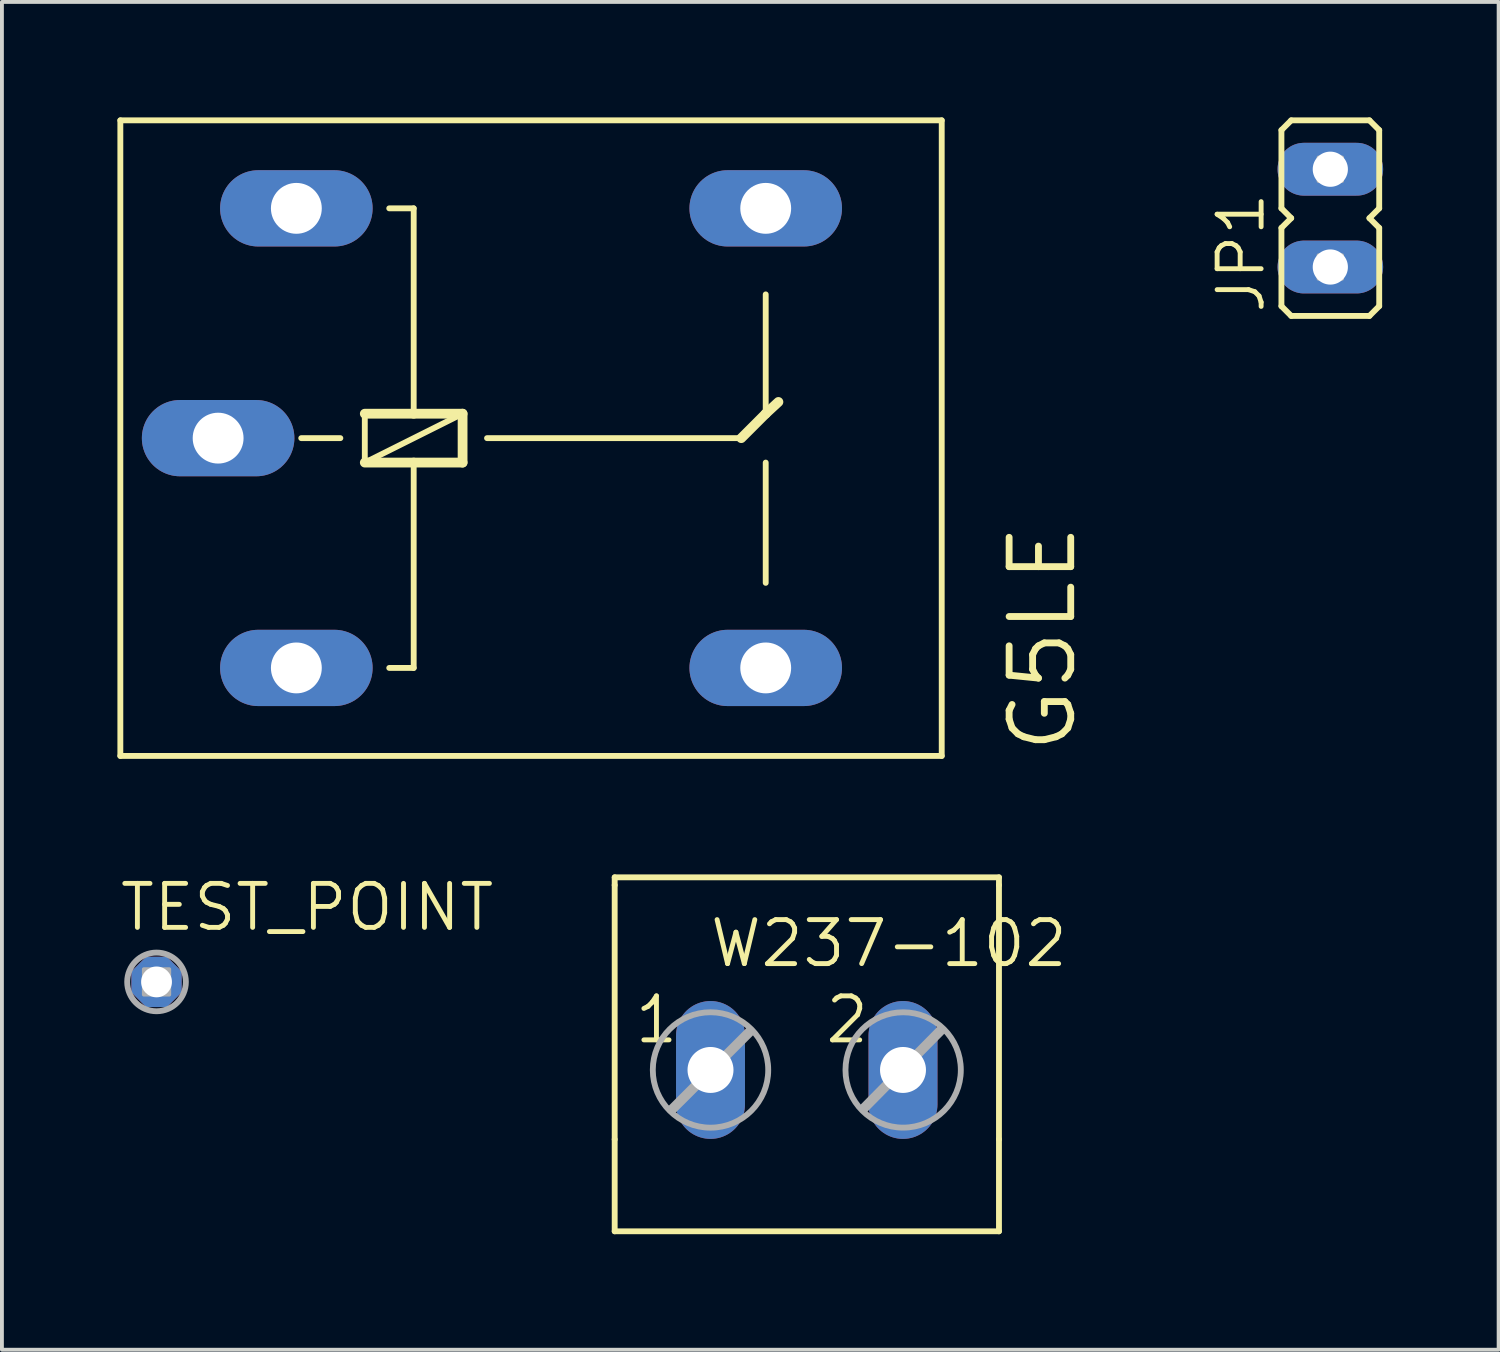
<source format=kicad_pcb>
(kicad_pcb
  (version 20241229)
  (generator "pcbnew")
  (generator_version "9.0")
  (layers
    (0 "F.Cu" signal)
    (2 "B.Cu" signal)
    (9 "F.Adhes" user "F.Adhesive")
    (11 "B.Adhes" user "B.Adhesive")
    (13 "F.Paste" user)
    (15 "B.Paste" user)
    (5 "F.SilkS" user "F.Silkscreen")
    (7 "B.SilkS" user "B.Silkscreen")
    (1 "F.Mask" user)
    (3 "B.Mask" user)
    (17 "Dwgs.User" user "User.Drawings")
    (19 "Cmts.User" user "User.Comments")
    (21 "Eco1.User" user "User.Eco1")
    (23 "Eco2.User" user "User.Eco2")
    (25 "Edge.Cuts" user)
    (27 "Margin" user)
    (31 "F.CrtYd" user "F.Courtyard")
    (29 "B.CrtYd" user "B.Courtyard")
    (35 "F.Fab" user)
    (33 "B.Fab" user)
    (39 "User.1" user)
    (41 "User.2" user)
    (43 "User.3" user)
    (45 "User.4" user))
  (footprint "W237-102"
    (layer "F.Cu")
    (at 17.906 23.473)
    (property "Reference" "W237-102" (at -2.576 -1.346 0) (layer "F.SilkS") (effects (font (size 1.143 1.143) (thickness 0.127)) (justify left bottom)))
    (fp_line (start -4.989 -3.531) (end -4.989 -3.734) (stroke (width 0.152) (type solid)) (layer "F.SilkS"))
    (fp_line (start -4.989 3.073) (end -4.989 -3.531) (stroke (width 0.152) (type solid)) (layer "F.SilkS"))
    (fp_line (start -4.989 5.461) (end -4.989 3.073) (stroke (width 0.152) (type solid)) (layer "F.SilkS"))
    (fp_line (start -4.989 5.461) (end 4.993 5.461) (stroke (width 0.152) (type solid)) (layer "F.SilkS"))
    (fp_line (start 4.993 -3.734) (end -4.989 -3.734) (stroke (width 0.152) (type solid)) (layer "F.SilkS"))
    (fp_line (start 4.993 -3.734) (end 4.993 -3.531) (stroke (width 0.152) (type solid)) (layer "F.SilkS"))
    (fp_line (start 4.993 -3.531) (end 4.993 3.073) (stroke (width 0.152) (type solid)) (layer "F.SilkS"))
    (fp_line (start 4.993 3.073) (end 4.993 5.461) (stroke (width 0.152) (type solid)) (layer "F.SilkS"))
    (fp_line (start -3.491 2.286) (end -1.484 0.279) (stroke (width 0.254) (type solid)) (layer "F.Fab"))
    (fp_line (start 1.488 2.261) (end 3.469 0.254) (stroke (width 0.254) (type solid)) (layer "F.Fab"))
    (fp_circle (center -2.5 1.27) (end -1.001 1.27) (stroke (width 0.152) (type solid)) (fill no) (layer "F.Fab"))
    (fp_circle (center 2.504 1.27) (end 4.002 1.27) (stroke (width 0.152) (type solid)) (fill no) (layer "F.Fab"))
    (fp_text user "1" (at -4.532 0.635 0) (layer "F.SilkS") (effects (font (size 1.143 1.143) (thickness 0.127)) (justify left bottom)))
    (fp_text user "2" (at 0.421 0.635 0) (layer "F.SilkS") (effects (font (size 1.143 1.143) (thickness 0.127)) (justify left bottom)))
    (pad "1" thru_hole oval (at -2.5 1.27 90) (size 3.581 1.791) (drill 1.194) (layers "*.Cu" "*.Mask"))
    (pad "2" thru_hole oval (at 2.5 1.27 90) (size 3.581 1.791) (drill 1.194) (layers "*.Cu" "*.Mask")))
  (footprint "TEST_POINT"
    (layer "F.Cu")
    (at 1.016 22.456)
    (property "Reference" "TEST_POINT" (at -1.016 -1.27 0) (layer "F.SilkS") (effects (font (size 1.143 1.143) (thickness 0.127)) (justify left bottom)))
    (fp_circle (center 0 0) (end 0.762 0) (stroke (width 0.152) (type solid)) (fill no) (layer "F.Fab"))
    (fp_poly (pts (xy -0.33 0.33) (xy 0.33 0.33) (xy 0.33 -0.33) (xy -0.33 -0.33)) (stroke (width 0.1) (type solid)) (fill no) (layer "F.Fab"))
    (pad "TP" thru_hole roundrect (at 0 0) (size 1.308 1.308) (drill 0.8) (layers "*.Cu" "*.Mask") (roundrect_rratio 0.25) (chamfer_ratio 0.293) (chamfer top_left top_right bottom_left bottom_right)))
  (footprint "G5LE"
    (layer "F.Cu")
    (at 12.141 8.331)
    (property "Reference" "G5LE" (at 12.827 8.255 90) (layer "F.SilkS") (effects (font (size 1.6 1.6) (thickness 0.178)) (justify left bottom)))
    (fp_line (start -12.065 -8.255) (end -12.065 8.255) (stroke (width 0.152) (type solid)) (layer "F.SilkS"))
    (fp_line (start -12.065 -8.255) (end 9.271 -8.255) (stroke (width 0.152) (type solid)) (layer "F.SilkS"))
    (fp_line (start -7.366 0) (end -6.35 0) (stroke (width 0.152) (type solid)) (layer "F.SilkS"))
    (fp_line (start -5.715 -0.635) (end -5.715 0.635) (stroke (width 0.152) (type solid)) (layer "F.SilkS"))
    (fp_line (start -5.715 0.635) (end -4.445 0.635) (stroke (width 0.254) (type solid)) (layer "F.SilkS"))
    (fp_line (start -5.715 0.635) (end -3.175 -0.635) (stroke (width 0.152) (type solid)) (layer "F.SilkS"))
    (fp_line (start -5.08 -5.969) (end -4.445 -5.969) (stroke (width 0.152) (type solid)) (layer "F.SilkS"))
    (fp_line (start -4.445 -5.969) (end -4.445 -0.635) (stroke (width 0.152) (type solid)) (layer "F.SilkS"))
    (fp_line (start -4.445 -0.635) (end -5.715 -0.635) (stroke (width 0.254) (type solid)) (layer "F.SilkS"))
    (fp_line (start -4.445 0.635) (end -4.445 5.969) (stroke (width 0.152) (type solid)) (layer "F.SilkS"))
    (fp_line (start -4.445 0.635) (end -3.175 0.635) (stroke (width 0.254) (type solid)) (layer "F.SilkS"))
    (fp_line (start -4.445 5.969) (end -5.08 5.969) (stroke (width 0.152) (type solid)) (layer "F.SilkS"))
    (fp_line (start -3.175 -0.635) (end -4.445 -0.635) (stroke (width 0.254) (type solid)) (layer "F.SilkS"))
    (fp_line (start -3.175 0.635) (end -3.175 -0.635) (stroke (width 0.254) (type solid)) (layer "F.SilkS"))
    (fp_line (start -2.54 0) (end 4.064 0) (stroke (width 0.152) (type solid)) (layer "F.SilkS"))
    (fp_line (start 4.064 0) (end 4.699 -0.635) (stroke (width 0.254) (type solid)) (layer "F.SilkS"))
    (fp_line (start 4.699 -3.734) (end 4.699 -0.635) (stroke (width 0.152) (type solid)) (layer "F.SilkS"))
    (fp_line (start 4.699 -0.635) (end 5.029 -0.94) (stroke (width 0.254) (type solid)) (layer "F.SilkS"))
    (fp_line (start 4.699 0.635) (end 4.699 3.759) (stroke (width 0.152) (type solid)) (layer "F.SilkS"))
    (fp_line (start 9.271 8.255) (end -12.065 8.255) (stroke (width 0.152) (type solid)) (layer "F.SilkS"))
    (fp_line (start 9.271 8.255) (end 9.271 -8.255) (stroke (width 0.152) (type solid)) (layer "F.SilkS"))
    (pad "1" thru_hole oval (at -7.493 5.969) (size 3.962 1.981) (drill 1.321) (layers "*.Cu" "*.Mask"))
    (pad "2" thru_hole oval (at -7.493 -5.969) (size 3.962 1.981) (drill 1.321) (layers "*.Cu" "*.Mask"))
    (pad "O" thru_hole oval (at 4.699 -5.969) (size 3.962 1.981) (drill 1.321) (layers "*.Cu" "*.Mask"))
    (pad "P" thru_hole oval (at -9.525 0) (size 3.962 1.981) (drill 1.321) (layers "*.Cu" "*.Mask"))
    (pad "S" thru_hole oval (at 4.699 5.969) (size 3.962 1.981) (drill 1.321) (layers "*.Cu" "*.Mask")))
  (footprint "JP1"
    (layer "F.Cu")
    (at 31.506 2.616)
    (property "Reference" "JP1" (at -1.651 2.54 90) (layer "F.SilkS") (effects (font (size 1.143 1.143) (thickness 0.127)) (justify left bottom)))
    (fp_line (start -1.27 -2.286) (end -1.27 -0.254) (stroke (width 0.152) (type solid)) (layer "F.SilkS"))
    (fp_line (start -1.27 -2.286) (end -1.016 -2.54) (stroke (width 0.152) (type solid)) (layer "F.SilkS"))
    (fp_line (start -1.27 0.254) (end -1.27 2.286) (stroke (width 0.152) (type solid)) (layer "F.SilkS"))
    (fp_line (start -1.016 0) (end -1.27 -0.254) (stroke (width 0.152) (type solid)) (layer "F.SilkS"))
    (fp_line (start -1.016 0) (end -1.27 0.254) (stroke (width 0.152) (type solid)) (layer "F.SilkS"))
    (fp_line (start -1.016 2.54) (end -1.27 2.286) (stroke (width 0.152) (type solid)) (layer "F.SilkS"))
    (fp_line (start -1.016 2.54) (end 1.016 2.54) (stroke (width 0.152) (type solid)) (layer "F.SilkS"))
    (fp_line (start 1.016 -2.54) (end -1.016 -2.54) (stroke (width 0.152) (type solid)) (layer "F.SilkS"))
    (fp_line (start 1.016 0) (end 1.27 -0.254) (stroke (width 0.152) (type solid)) (layer "F.SilkS"))
    (fp_line (start 1.016 0) (end 1.27 0.254) (stroke (width 0.152) (type solid)) (layer "F.SilkS"))
    (fp_line (start 1.016 2.54) (end 1.27 2.286) (stroke (width 0.152) (type solid)) (layer "F.SilkS"))
    (fp_line (start 1.27 -2.286) (end 1.016 -2.54) (stroke (width 0.152) (type solid)) (layer "F.SilkS"))
    (fp_line (start 1.27 -2.286) (end 1.27 -0.254) (stroke (width 0.152) (type solid)) (layer "F.SilkS"))
    (fp_line (start 1.27 0.254) (end 1.27 2.286) (stroke (width 0.152) (type solid)) (layer "F.SilkS"))
    (fp_poly (pts (xy -0.305 -0.965) (xy 0.305 -0.965) (xy 0.305 -1.575) (xy -0.305 -1.575)) (stroke (width 0.1) (type solid)) (fill no) (layer "F.Fab"))
    (fp_poly (pts (xy -0.305 1.575) (xy 0.305 1.575) (xy 0.305 0.965) (xy -0.305 0.965)) (stroke (width 0.1) (type solid)) (fill no) (layer "F.Fab"))
    (pad "1" thru_hole oval (at 0 1.27) (size 2.743 1.372) (drill 0.914) (layers "*.Cu" "*.Mask"))
    (pad "2" thru_hole oval (at 0 -1.27) (size 2.743 1.372) (drill 0.914) (layers "*.Cu" "*.Mask")))
  (gr_rect
    (start -3 -3)
    (end 35.878 32.01)
    (stroke (width 0.1) (type default))
    (fill no)
    (layer "Edge.Cuts")))
</source>
